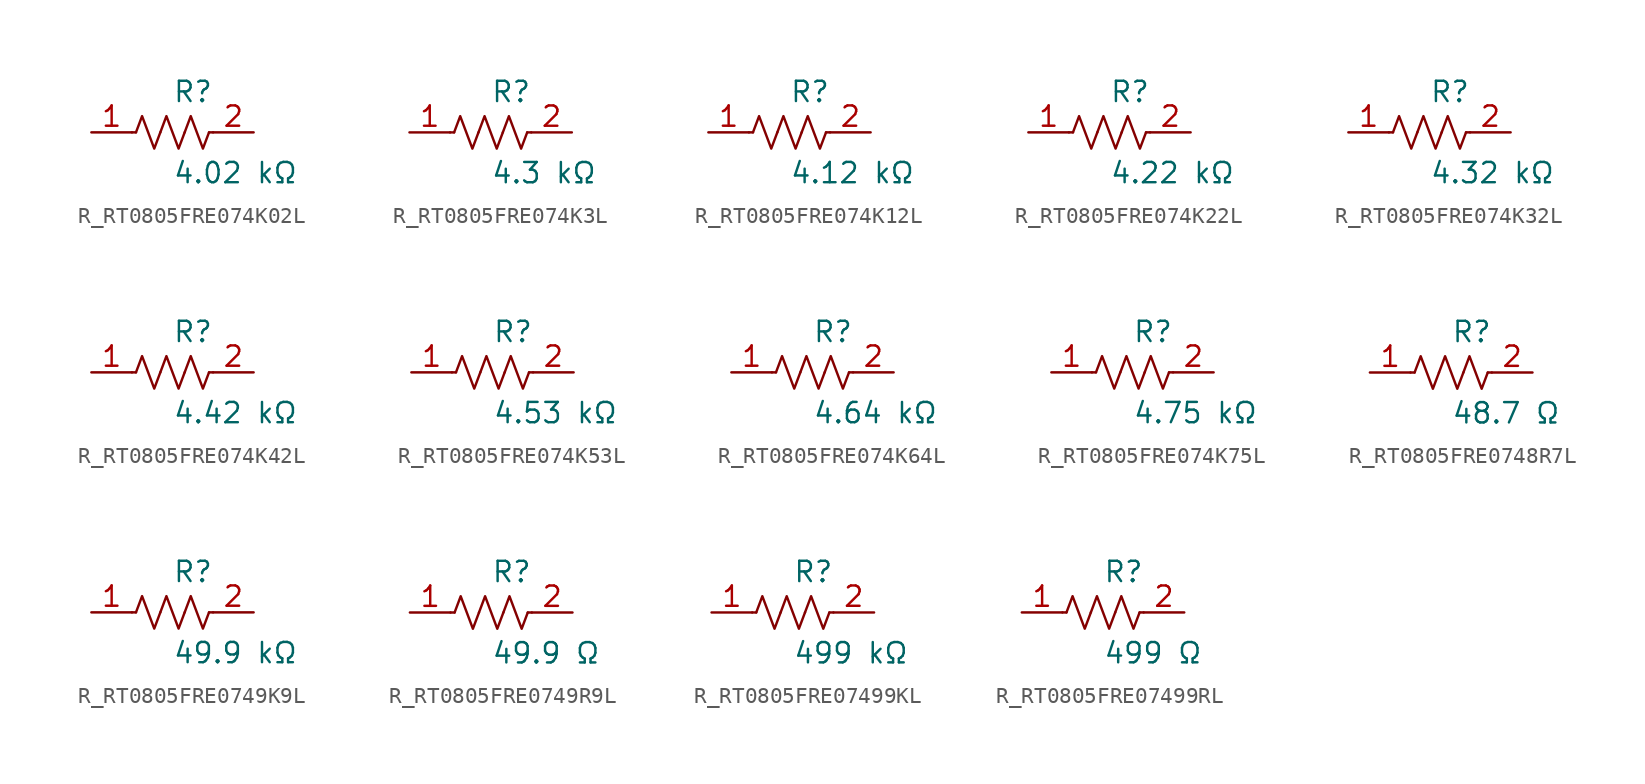
<source format=kicad_sym>
(kicad_symbol_lib
  (version 20231120)
  (generator kicad_symbol_editor)
  (generator_version 8.0)
  (symbol "R_RT0805FRE074K02L"
    (pin_names
      (offset 0.254))
    (property "Reference" "R"
      (at 0 2.54 0)
      (effects (font (size 1.27 1.27)) (justify left)))
    (property "Value" "4.02 kΩ"
      (at 0 -2.54 0)
      (effects (font (size 1.27 1.27)) (justify left)))
    (symbol "R_RT0805FRE074K02L_0_1"
      (polyline (pts (xy 2.286 0) (xy 2.54 0)) (stroke (width 0) (type default)) (fill (type none)))
      (polyline (pts (xy -2.286 0) (xy -2.54 0)) (stroke (width 0) (type default)) (fill (type none)))
      (polyline (pts (xy 0.762 0) (xy 1.143 1.016) (xy 1.524 0) (xy 1.905 -1.016) (xy 2.286 0)) (stroke (width 0) (type default)) (fill (type none)))
      (polyline (pts (xy -0.762 0) (xy -0.381 1.016) (xy 0 0) (xy 0.381 -1.016) (xy 0.762 0)) (stroke (width 0) (type default)) (fill (type none)))
      (polyline (pts (xy -2.286 0) (xy -1.905 1.016) (xy -1.524 0) (xy -1.143 -1.016) (xy -0.762 0)) (stroke (width 0) (type default)) (fill (type none))))
    (pin passive line
      (at -5.08 0 0)
      (length 2.54)
      (name "" (effects (font (size 1.27 1.27))))
      (number "1" (effects (font (size 1.27 1.27)))))
    (pin passive line
      (at 5.08 0 180)
      (length 2.54)
      (name "" (effects (font (size 1.27 1.27))))
      (number "2" (effects (font (size 1.27 1.27))))))
  (symbol "R_RT0805FRE074K3L"
    (pin_names
      (offset 0.254))
    (property "Reference" "R"
      (at 0 2.54 0)
      (effects (font (size 1.27 1.27)) (justify left)))
    (property "Value" "4.3 kΩ"
      (at 0 -2.54 0)
      (effects (font (size 1.27 1.27)) (justify left)))
    (symbol "R_RT0805FRE074K3L_0_1"
      (polyline (pts (xy 2.286 0) (xy 2.54 0)) (stroke (width 0) (type default)) (fill (type none)))
      (polyline (pts (xy -2.286 0) (xy -2.54 0)) (stroke (width 0) (type default)) (fill (type none)))
      (polyline (pts (xy 0.762 0) (xy 1.143 1.016) (xy 1.524 0) (xy 1.905 -1.016) (xy 2.286 0)) (stroke (width 0) (type default)) (fill (type none)))
      (polyline (pts (xy -0.762 0) (xy -0.381 1.016) (xy 0 0) (xy 0.381 -1.016) (xy 0.762 0)) (stroke (width 0) (type default)) (fill (type none)))
      (polyline (pts (xy -2.286 0) (xy -1.905 1.016) (xy -1.524 0) (xy -1.143 -1.016) (xy -0.762 0)) (stroke (width 0) (type default)) (fill (type none))))
    (pin passive line
      (at -5.08 0 0)
      (length 2.54)
      (name "" (effects (font (size 1.27 1.27))))
      (number "1" (effects (font (size 1.27 1.27)))))
    (pin passive line
      (at 5.08 0 180)
      (length 2.54)
      (name "" (effects (font (size 1.27 1.27))))
      (number "2" (effects (font (size 1.27 1.27))))))
  (symbol "R_RT0805FRE074K12L"
    (pin_names
      (offset 0.254))
    (property "Reference" "R"
      (at 0 2.54 0)
      (effects (font (size 1.27 1.27)) (justify left)))
    (property "Value" "4.12 kΩ"
      (at 0 -2.54 0)
      (effects (font (size 1.27 1.27)) (justify left)))
    (symbol "R_RT0805FRE074K12L_0_1"
      (polyline (pts (xy 2.286 0) (xy 2.54 0)) (stroke (width 0) (type default)) (fill (type none)))
      (polyline (pts (xy -2.286 0) (xy -2.54 0)) (stroke (width 0) (type default)) (fill (type none)))
      (polyline (pts (xy 0.762 0) (xy 1.143 1.016) (xy 1.524 0) (xy 1.905 -1.016) (xy 2.286 0)) (stroke (width 0) (type default)) (fill (type none)))
      (polyline (pts (xy -0.762 0) (xy -0.381 1.016) (xy 0 0) (xy 0.381 -1.016) (xy 0.762 0)) (stroke (width 0) (type default)) (fill (type none)))
      (polyline (pts (xy -2.286 0) (xy -1.905 1.016) (xy -1.524 0) (xy -1.143 -1.016) (xy -0.762 0)) (stroke (width 0) (type default)) (fill (type none))))
    (pin passive line
      (at -5.08 0 0)
      (length 2.54)
      (name "" (effects (font (size 1.27 1.27))))
      (number "1" (effects (font (size 1.27 1.27)))))
    (pin passive line
      (at 5.08 0 180)
      (length 2.54)
      (name "" (effects (font (size 1.27 1.27))))
      (number "2" (effects (font (size 1.27 1.27))))))
  (symbol "R_RT0805FRE074K22L"
    (pin_names
      (offset 0.254))
    (property "Reference" "R"
      (at 0 2.54 0)
      (effects (font (size 1.27 1.27)) (justify left)))
    (property "Value" "4.22 kΩ"
      (at 0 -2.54 0)
      (effects (font (size 1.27 1.27)) (justify left)))
    (symbol "R_RT0805FRE074K22L_0_1"
      (polyline (pts (xy 2.286 0) (xy 2.54 0)) (stroke (width 0) (type default)) (fill (type none)))
      (polyline (pts (xy -2.286 0) (xy -2.54 0)) (stroke (width 0) (type default)) (fill (type none)))
      (polyline (pts (xy 0.762 0) (xy 1.143 1.016) (xy 1.524 0) (xy 1.905 -1.016) (xy 2.286 0)) (stroke (width 0) (type default)) (fill (type none)))
      (polyline (pts (xy -0.762 0) (xy -0.381 1.016) (xy 0 0) (xy 0.381 -1.016) (xy 0.762 0)) (stroke (width 0) (type default)) (fill (type none)))
      (polyline (pts (xy -2.286 0) (xy -1.905 1.016) (xy -1.524 0) (xy -1.143 -1.016) (xy -0.762 0)) (stroke (width 0) (type default)) (fill (type none))))
    (pin passive line
      (at -5.08 0 0)
      (length 2.54)
      (name "" (effects (font (size 1.27 1.27))))
      (number "1" (effects (font (size 1.27 1.27)))))
    (pin passive line
      (at 5.08 0 180)
      (length 2.54)
      (name "" (effects (font (size 1.27 1.27))))
      (number "2" (effects (font (size 1.27 1.27))))))
  (symbol "R_RT0805FRE074K32L"
    (pin_names
      (offset 0.254))
    (property "Reference" "R"
      (at 0 2.54 0)
      (effects (font (size 1.27 1.27)) (justify left)))
    (property "Value" "4.32 kΩ"
      (at 0 -2.54 0)
      (effects (font (size 1.27 1.27)) (justify left)))
    (symbol "R_RT0805FRE074K32L_0_1"
      (polyline (pts (xy 2.286 0) (xy 2.54 0)) (stroke (width 0) (type default)) (fill (type none)))
      (polyline (pts (xy -2.286 0) (xy -2.54 0)) (stroke (width 0) (type default)) (fill (type none)))
      (polyline (pts (xy 0.762 0) (xy 1.143 1.016) (xy 1.524 0) (xy 1.905 -1.016) (xy 2.286 0)) (stroke (width 0) (type default)) (fill (type none)))
      (polyline (pts (xy -0.762 0) (xy -0.381 1.016) (xy 0 0) (xy 0.381 -1.016) (xy 0.762 0)) (stroke (width 0) (type default)) (fill (type none)))
      (polyline (pts (xy -2.286 0) (xy -1.905 1.016) (xy -1.524 0) (xy -1.143 -1.016) (xy -0.762 0)) (stroke (width 0) (type default)) (fill (type none))))
    (pin passive line
      (at -5.08 0 0)
      (length 2.54)
      (name "" (effects (font (size 1.27 1.27))))
      (number "1" (effects (font (size 1.27 1.27)))))
    (pin passive line
      (at 5.08 0 180)
      (length 2.54)
      (name "" (effects (font (size 1.27 1.27))))
      (number "2" (effects (font (size 1.27 1.27))))))
  (symbol "R_RT0805FRE074K42L"
    (pin_names
      (offset 0.254))
    (property "Reference" "R"
      (at 0 2.54 0)
      (effects (font (size 1.27 1.27)) (justify left)))
    (property "Value" "4.42 kΩ"
      (at 0 -2.54 0)
      (effects (font (size 1.27 1.27)) (justify left)))
    (symbol "R_RT0805FRE074K42L_0_1"
      (polyline (pts (xy 2.286 0) (xy 2.54 0)) (stroke (width 0) (type default)) (fill (type none)))
      (polyline (pts (xy -2.286 0) (xy -2.54 0)) (stroke (width 0) (type default)) (fill (type none)))
      (polyline (pts (xy 0.762 0) (xy 1.143 1.016) (xy 1.524 0) (xy 1.905 -1.016) (xy 2.286 0)) (stroke (width 0) (type default)) (fill (type none)))
      (polyline (pts (xy -0.762 0) (xy -0.381 1.016) (xy 0 0) (xy 0.381 -1.016) (xy 0.762 0)) (stroke (width 0) (type default)) (fill (type none)))
      (polyline (pts (xy -2.286 0) (xy -1.905 1.016) (xy -1.524 0) (xy -1.143 -1.016) (xy -0.762 0)) (stroke (width 0) (type default)) (fill (type none))))
    (pin passive line
      (at -5.08 0 0)
      (length 2.54)
      (name "" (effects (font (size 1.27 1.27))))
      (number "1" (effects (font (size 1.27 1.27)))))
    (pin passive line
      (at 5.08 0 180)
      (length 2.54)
      (name "" (effects (font (size 1.27 1.27))))
      (number "2" (effects (font (size 1.27 1.27))))))
  (symbol "R_RT0805FRE074K53L"
    (pin_names
      (offset 0.254))
    (property "Reference" "R"
      (at 0 2.54 0)
      (effects (font (size 1.27 1.27)) (justify left)))
    (property "Value" "4.53 kΩ"
      (at 0 -2.54 0)
      (effects (font (size 1.27 1.27)) (justify left)))
    (symbol "R_RT0805FRE074K53L_0_1"
      (polyline (pts (xy 2.286 0) (xy 2.54 0)) (stroke (width 0) (type default)) (fill (type none)))
      (polyline (pts (xy -2.286 0) (xy -2.54 0)) (stroke (width 0) (type default)) (fill (type none)))
      (polyline (pts (xy 0.762 0) (xy 1.143 1.016) (xy 1.524 0) (xy 1.905 -1.016) (xy 2.286 0)) (stroke (width 0) (type default)) (fill (type none)))
      (polyline (pts (xy -0.762 0) (xy -0.381 1.016) (xy 0 0) (xy 0.381 -1.016) (xy 0.762 0)) (stroke (width 0) (type default)) (fill (type none)))
      (polyline (pts (xy -2.286 0) (xy -1.905 1.016) (xy -1.524 0) (xy -1.143 -1.016) (xy -0.762 0)) (stroke (width 0) (type default)) (fill (type none))))
    (pin passive line
      (at -5.08 0 0)
      (length 2.54)
      (name "" (effects (font (size 1.27 1.27))))
      (number "1" (effects (font (size 1.27 1.27)))))
    (pin passive line
      (at 5.08 0 180)
      (length 2.54)
      (name "" (effects (font (size 1.27 1.27))))
      (number "2" (effects (font (size 1.27 1.27))))))
  (symbol "R_RT0805FRE074K64L"
    (pin_names
      (offset 0.254))
    (property "Reference" "R"
      (at 0 2.54 0)
      (effects (font (size 1.27 1.27)) (justify left)))
    (property "Value" "4.64 kΩ"
      (at 0 -2.54 0)
      (effects (font (size 1.27 1.27)) (justify left)))
    (symbol "R_RT0805FRE074K64L_0_1"
      (polyline (pts (xy 2.286 0) (xy 2.54 0)) (stroke (width 0) (type default)) (fill (type none)))
      (polyline (pts (xy -2.286 0) (xy -2.54 0)) (stroke (width 0) (type default)) (fill (type none)))
      (polyline (pts (xy 0.762 0) (xy 1.143 1.016) (xy 1.524 0) (xy 1.905 -1.016) (xy 2.286 0)) (stroke (width 0) (type default)) (fill (type none)))
      (polyline (pts (xy -0.762 0) (xy -0.381 1.016) (xy 0 0) (xy 0.381 -1.016) (xy 0.762 0)) (stroke (width 0) (type default)) (fill (type none)))
      (polyline (pts (xy -2.286 0) (xy -1.905 1.016) (xy -1.524 0) (xy -1.143 -1.016) (xy -0.762 0)) (stroke (width 0) (type default)) (fill (type none))))
    (pin passive line
      (at -5.08 0 0)
      (length 2.54)
      (name "" (effects (font (size 1.27 1.27))))
      (number "1" (effects (font (size 1.27 1.27)))))
    (pin passive line
      (at 5.08 0 180)
      (length 2.54)
      (name "" (effects (font (size 1.27 1.27))))
      (number "2" (effects (font (size 1.27 1.27))))))
  (symbol "R_RT0805FRE074K75L"
    (pin_names
      (offset 0.254))
    (property "Reference" "R"
      (at 0 2.54 0)
      (effects (font (size 1.27 1.27)) (justify left)))
    (property "Value" "4.75 kΩ"
      (at 0 -2.54 0)
      (effects (font (size 1.27 1.27)) (justify left)))
    (symbol "R_RT0805FRE074K75L_0_1"
      (polyline (pts (xy 2.286 0) (xy 2.54 0)) (stroke (width 0) (type default)) (fill (type none)))
      (polyline (pts (xy -2.286 0) (xy -2.54 0)) (stroke (width 0) (type default)) (fill (type none)))
      (polyline (pts (xy 0.762 0) (xy 1.143 1.016) (xy 1.524 0) (xy 1.905 -1.016) (xy 2.286 0)) (stroke (width 0) (type default)) (fill (type none)))
      (polyline (pts (xy -0.762 0) (xy -0.381 1.016) (xy 0 0) (xy 0.381 -1.016) (xy 0.762 0)) (stroke (width 0) (type default)) (fill (type none)))
      (polyline (pts (xy -2.286 0) (xy -1.905 1.016) (xy -1.524 0) (xy -1.143 -1.016) (xy -0.762 0)) (stroke (width 0) (type default)) (fill (type none))))
    (pin passive line
      (at -5.08 0 0)
      (length 2.54)
      (name "" (effects (font (size 1.27 1.27))))
      (number "1" (effects (font (size 1.27 1.27)))))
    (pin passive line
      (at 5.08 0 180)
      (length 2.54)
      (name "" (effects (font (size 1.27 1.27))))
      (number "2" (effects (font (size 1.27 1.27))))))
  (symbol "R_RT0805FRE0748R7L"
    (pin_names
      (offset 0.254))
    (property "Reference" "R"
      (at 0 2.54 0)
      (effects (font (size 1.27 1.27)) (justify left)))
    (property "Value" "48.7 Ω"
      (at 0 -2.54 0)
      (effects (font (size 1.27 1.27)) (justify left)))
    (symbol "R_RT0805FRE0748R7L_0_1"
      (polyline (pts (xy 2.286 0) (xy 2.54 0)) (stroke (width 0) (type default)) (fill (type none)))
      (polyline (pts (xy -2.286 0) (xy -2.54 0)) (stroke (width 0) (type default)) (fill (type none)))
      (polyline (pts (xy 0.762 0) (xy 1.143 1.016) (xy 1.524 0) (xy 1.905 -1.016) (xy 2.286 0)) (stroke (width 0) (type default)) (fill (type none)))
      (polyline (pts (xy -0.762 0) (xy -0.381 1.016) (xy 0 0) (xy 0.381 -1.016) (xy 0.762 0)) (stroke (width 0) (type default)) (fill (type none)))
      (polyline (pts (xy -2.286 0) (xy -1.905 1.016) (xy -1.524 0) (xy -1.143 -1.016) (xy -0.762 0)) (stroke (width 0) (type default)) (fill (type none))))
    (pin passive line
      (at -5.08 0 0)
      (length 2.54)
      (name "" (effects (font (size 1.27 1.27))))
      (number "1" (effects (font (size 1.27 1.27)))))
    (pin passive line
      (at 5.08 0 180)
      (length 2.54)
      (name "" (effects (font (size 1.27 1.27))))
      (number "2" (effects (font (size 1.27 1.27))))))
  (symbol "R_RT0805FRE0749K9L"
    (pin_names
      (offset 0.254))
    (property "Reference" "R"
      (at 0 2.54 0)
      (effects (font (size 1.27 1.27)) (justify left)))
    (property "Value" "49.9 kΩ"
      (at 0 -2.54 0)
      (effects (font (size 1.27 1.27)) (justify left)))
    (symbol "R_RT0805FRE0749K9L_0_1"
      (polyline (pts (xy 2.286 0) (xy 2.54 0)) (stroke (width 0) (type default)) (fill (type none)))
      (polyline (pts (xy -2.286 0) (xy -2.54 0)) (stroke (width 0) (type default)) (fill (type none)))
      (polyline (pts (xy 0.762 0) (xy 1.143 1.016) (xy 1.524 0) (xy 1.905 -1.016) (xy 2.286 0)) (stroke (width 0) (type default)) (fill (type none)))
      (polyline (pts (xy -0.762 0) (xy -0.381 1.016) (xy 0 0) (xy 0.381 -1.016) (xy 0.762 0)) (stroke (width 0) (type default)) (fill (type none)))
      (polyline (pts (xy -2.286 0) (xy -1.905 1.016) (xy -1.524 0) (xy -1.143 -1.016) (xy -0.762 0)) (stroke (width 0) (type default)) (fill (type none))))
    (pin passive line
      (at -5.08 0 0)
      (length 2.54)
      (name "" (effects (font (size 1.27 1.27))))
      (number "1" (effects (font (size 1.27 1.27)))))
    (pin passive line
      (at 5.08 0 180)
      (length 2.54)
      (name "" (effects (font (size 1.27 1.27))))
      (number "2" (effects (font (size 1.27 1.27))))))
  (symbol "R_RT0805FRE0749R9L"
    (pin_names
      (offset 0.254))
    (property "Reference" "R"
      (at 0 2.54 0)
      (effects (font (size 1.27 1.27)) (justify left)))
    (property "Value" "49.9 Ω"
      (at 0 -2.54 0)
      (effects (font (size 1.27 1.27)) (justify left)))
    (symbol "R_RT0805FRE0749R9L_0_1"
      (polyline (pts (xy 2.286 0) (xy 2.54 0)) (stroke (width 0) (type default)) (fill (type none)))
      (polyline (pts (xy -2.286 0) (xy -2.54 0)) (stroke (width 0) (type default)) (fill (type none)))
      (polyline (pts (xy 0.762 0) (xy 1.143 1.016) (xy 1.524 0) (xy 1.905 -1.016) (xy 2.286 0)) (stroke (width 0) (type default)) (fill (type none)))
      (polyline (pts (xy -0.762 0) (xy -0.381 1.016) (xy 0 0) (xy 0.381 -1.016) (xy 0.762 0)) (stroke (width 0) (type default)) (fill (type none)))
      (polyline (pts (xy -2.286 0) (xy -1.905 1.016) (xy -1.524 0) (xy -1.143 -1.016) (xy -0.762 0)) (stroke (width 0) (type default)) (fill (type none))))
    (pin passive line
      (at -5.08 0 0)
      (length 2.54)
      (name "" (effects (font (size 1.27 1.27))))
      (number "1" (effects (font (size 1.27 1.27)))))
    (pin passive line
      (at 5.08 0 180)
      (length 2.54)
      (name "" (effects (font (size 1.27 1.27))))
      (number "2" (effects (font (size 1.27 1.27))))))
  (symbol "R_RT0805FRE07499KL"
    (pin_names
      (offset 0.254))
    (property "Reference" "R"
      (at 0 2.54 0)
      (effects (font (size 1.27 1.27)) (justify left)))
    (property "Value" "499 kΩ"
      (at 0 -2.54 0)
      (effects (font (size 1.27 1.27)) (justify left)))
    (symbol "R_RT0805FRE07499KL_0_1"
      (polyline (pts (xy 2.286 0) (xy 2.54 0)) (stroke (width 0) (type default)) (fill (type none)))
      (polyline (pts (xy -2.286 0) (xy -2.54 0)) (stroke (width 0) (type default)) (fill (type none)))
      (polyline (pts (xy 0.762 0) (xy 1.143 1.016) (xy 1.524 0) (xy 1.905 -1.016) (xy 2.286 0)) (stroke (width 0) (type default)) (fill (type none)))
      (polyline (pts (xy -0.762 0) (xy -0.381 1.016) (xy 0 0) (xy 0.381 -1.016) (xy 0.762 0)) (stroke (width 0) (type default)) (fill (type none)))
      (polyline (pts (xy -2.286 0) (xy -1.905 1.016) (xy -1.524 0) (xy -1.143 -1.016) (xy -0.762 0)) (stroke (width 0) (type default)) (fill (type none))))
    (pin passive line
      (at -5.08 0 0)
      (length 2.54)
      (name "" (effects (font (size 1.27 1.27))))
      (number "1" (effects (font (size 1.27 1.27)))))
    (pin passive line
      (at 5.08 0 180)
      (length 2.54)
      (name "" (effects (font (size 1.27 1.27))))
      (number "2" (effects (font (size 1.27 1.27))))))
  (symbol "R_RT0805FRE07499RL"
    (pin_names
      (offset 0.254))
    (property "Reference" "R"
      (at 0 2.54 0)
      (effects (font (size 1.27 1.27)) (justify left)))
    (property "Value" "499 Ω"
      (at 0 -2.54 0)
      (effects (font (size 1.27 1.27)) (justify left)))
    (symbol "R_RT0805FRE07499RL_0_1"
      (polyline (pts (xy 2.286 0) (xy 2.54 0)) (stroke (width 0) (type default)) (fill (type none)))
      (polyline (pts (xy -2.286 0) (xy -2.54 0)) (stroke (width 0) (type default)) (fill (type none)))
      (polyline (pts (xy 0.762 0) (xy 1.143 1.016) (xy 1.524 0) (xy 1.905 -1.016) (xy 2.286 0)) (stroke (width 0) (type default)) (fill (type none)))
      (polyline (pts (xy -0.762 0) (xy -0.381 1.016) (xy 0 0) (xy 0.381 -1.016) (xy 0.762 0)) (stroke (width 0) (type default)) (fill (type none)))
      (polyline (pts (xy -2.286 0) (xy -1.905 1.016) (xy -1.524 0) (xy -1.143 -1.016) (xy -0.762 0)) (stroke (width 0) (type default)) (fill (type none))))
    (pin passive line
      (at -5.08 0 0)
      (length 2.54)
      (name "" (effects (font (size 1.27 1.27))))
      (number "1" (effects (font (size 1.27 1.27)))))
    (pin passive line
      (at 5.08 0 180)
      (length 2.54)
      (name "" (effects (font (size 1.27 1.27))))
      (number "2" (effects (font (size 1.27 1.27)))))))
</source>
